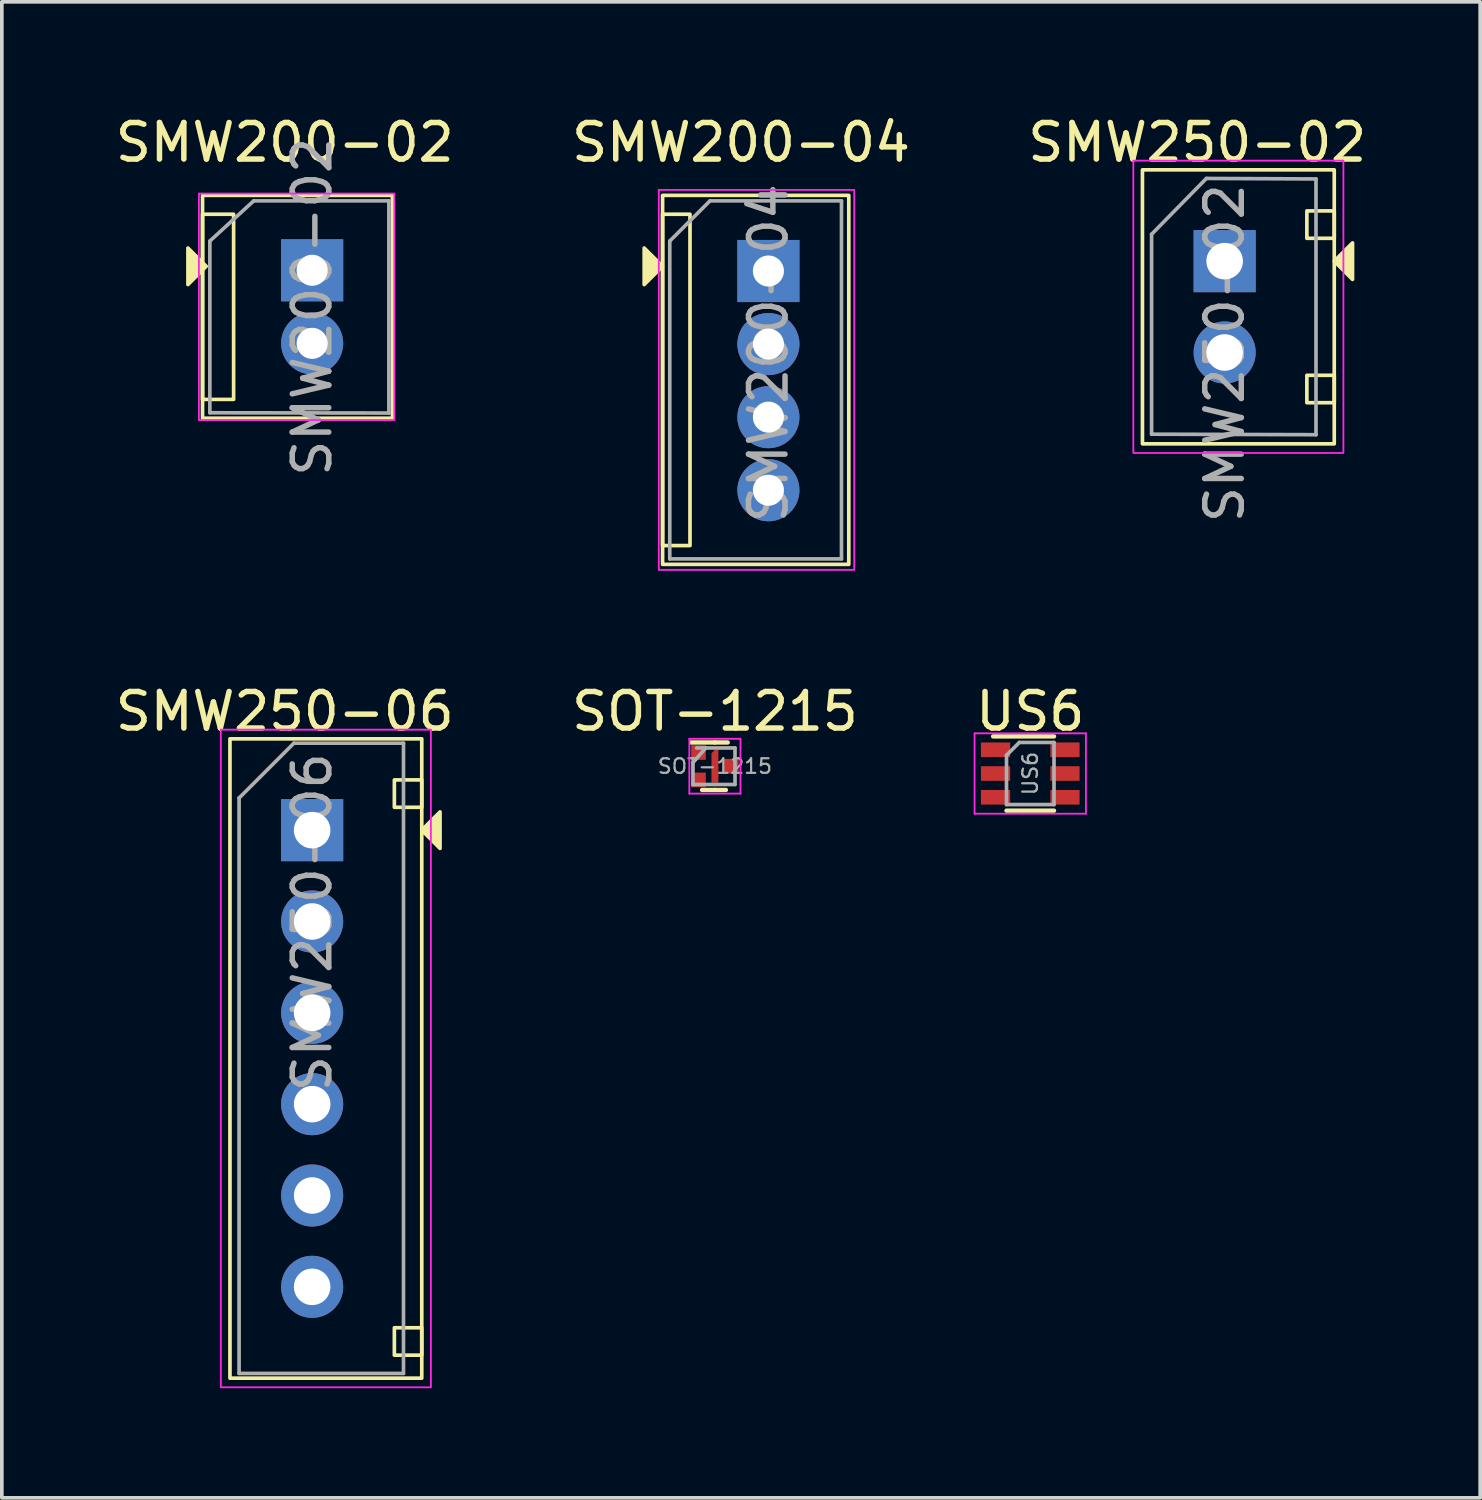
<source format=kicad_pcb>
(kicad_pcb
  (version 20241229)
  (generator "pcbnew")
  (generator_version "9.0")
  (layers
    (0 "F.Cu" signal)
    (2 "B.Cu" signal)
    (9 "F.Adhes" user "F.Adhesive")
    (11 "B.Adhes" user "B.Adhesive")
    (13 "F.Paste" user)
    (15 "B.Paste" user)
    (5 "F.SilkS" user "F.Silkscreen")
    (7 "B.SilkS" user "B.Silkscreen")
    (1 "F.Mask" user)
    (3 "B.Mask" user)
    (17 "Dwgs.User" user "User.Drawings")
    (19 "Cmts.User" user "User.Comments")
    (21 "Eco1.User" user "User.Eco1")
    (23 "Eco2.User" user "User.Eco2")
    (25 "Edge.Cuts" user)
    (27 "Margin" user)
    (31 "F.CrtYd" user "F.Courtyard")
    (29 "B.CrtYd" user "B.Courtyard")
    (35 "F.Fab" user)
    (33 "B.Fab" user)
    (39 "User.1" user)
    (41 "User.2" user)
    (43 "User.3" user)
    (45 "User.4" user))
  (footprint "SMW250-02"
    (layer "F.Cu")
    (at 30.47 5.348)
    (property "Reference" "SMW250-02" (at -0.75 -4.5 0) (layer "F.SilkS") (effects (font (size 1 1) (thickness 0.15))))
    (attr through_hole)
    (fp_rect (start -2.25 -3.75) (end 3 3.75) (stroke (width 0.1) (type default)) (fill no) (layer "F.SilkS"))
    (fp_rect (start 2.25 -2.625) (end 3 -1.875) (stroke (width 0.1) (type default)) (fill no) (layer "F.SilkS"))
    (fp_rect (start 2.25 1.875) (end 3 2.625) (stroke (width 0.1) (type default)) (fill no) (layer "F.SilkS"))
    (fp_poly (pts (xy 3 -1.25) (xy 3.5 -1.75) (xy 3.5 -0.75)) (stroke (width 0.1) (type solid)) (fill yes) (layer "F.SilkS"))
    (fp_rect (start -2.5 -4) (end 3.25 4) (stroke (width 0.05) (type default)) (fill no) (layer "F.CrtYd"))
    (fp_line (start -2 -1.986) (end -0.5 -3.514) (stroke (width 0.1) (type solid)) (layer "F.Fab"))
    (fp_line (start -2 3.486) (end -2 -1.986) (stroke (width 0.1) (type solid)) (layer "F.Fab"))
    (fp_line (start -0.5 -3.514) (end 2.5 -3.5) (stroke (width 0.1) (type solid)) (layer "F.Fab"))
    (fp_line (start 2.5 -3.5) (end 2.5 3.5) (stroke (width 0.1) (type solid)) (layer "F.Fab"))
    (fp_line (start 2.5 3.5) (end -2 3.486) (stroke (width 0.1) (type solid)) (layer "F.Fab"))
    (fp_text user "${REFERENCE}" (at 0 1.27 90) (layer "F.Fab") (effects (font (size 1 1) (thickness 0.15))))
    (pad "1" thru_hole rect (at 0 -1.25) (size 1.7 1.7) (drill 1) (layers "*.Cu" "*.Mask"))
    (pad "2" thru_hole oval (at 0 1.25) (size 1.7 1.7) (drill 1) (layers "*.Cu" "*.Mask")))
  (footprint "SOT-1215"
    (layer "F.Cu")
    (at 16.518 17.922)
    (property "Reference" "SOT-1215" (at 0 -1.5 0) (layer "F.SilkS") (effects (font (size 1 1) (thickness 0.15))))
    (attr smd)
    (fp_line (start 0 -0.65) (end -0.65 -0.65) (stroke (width 0.12) (type solid)) (layer "F.SilkS"))
    (fp_line (start 0 -0.65) (end 0.35 -0.65) (stroke (width 0.12) (type solid)) (layer "F.SilkS"))
    (fp_line (start 0 0.65) (end -0.35 0.65) (stroke (width 0.12) (type solid)) (layer "F.SilkS"))
    (fp_line (start 0 0.65) (end 0.3 0.65) (stroke (width 0.12) (type solid)) (layer "F.SilkS"))
    (fp_line (start -0.7 -0.75) (end -0.7 0.75) (stroke (width 0.05) (type solid)) (layer "F.CrtYd"))
    (fp_line (start -0.7 0.75) (end 0.7 0.75) (stroke (width 0.05) (type solid)) (layer "F.CrtYd"))
    (fp_line (start 0.7 -0.75) (end -0.7 -0.75) (stroke (width 0.05) (type solid)) (layer "F.CrtYd"))
    (fp_line (start 0.7 0.75) (end 0.7 -0.75) (stroke (width 0.05) (type solid)) (layer "F.CrtYd"))
    (fp_line (start -0.6 -0.1) (end -0.25 -0.5) (stroke (width 0.1) (type solid)) (layer "F.Fab"))
    (fp_line (start -0.6 0.5) (end -0.6 -0.1) (stroke (width 0.1) (type solid)) (layer "F.Fab"))
    (fp_line (start -0.5 -0.5) (end 0.55 -0.5) (stroke (width 0.1) (type solid)) (layer "F.Fab"))
    (fp_line (start 0.55 -0.5) (end 0.55 0.5) (stroke (width 0.1) (type solid)) (layer "F.Fab"))
    (fp_line (start 0.55 0.5) (end -0.6 0.5) (stroke (width 0.1) (type solid)) (layer "F.Fab"))
    (fp_text user "${REFERENCE}" (at 0 0 0) (layer "F.Fab") (effects (font (size 0.4 0.4) (thickness 0.06))))
    (pad "1" smd rect (at -0.45 -0.375) (size 0.4 0.4) (layers "F.Cu" "F.Mask" "F.Paste"))
    (pad "2" smd rect (at -0.45 0.375) (size 0.4 0.4) (layers "F.Cu" "F.Mask" "F.Paste"))
    (pad "3" smd rect (at 0.45 0) (size 0.4 0.4) (layers "F.Cu" "F.Mask" "F.Paste"))
    (pad "4" smd roundrect (at 0 0 270) (size 0.9 0.19) (layers "F.Cu" "F.Mask" "F.Paste") (roundrect_rratio 0) (chamfer_ratio 0.5) (chamfer bottom_left)))
  (footprint "SMW200-02"
    (layer "F.Cu")
    (at 5.494 5.348)
    (property "Reference" "SMW200-02" (at -0.75 -4.5 0) (layer "F.SilkS") (effects (font (size 1 1) (thickness 0.15))))
    (attr through_hole)
    (fp_rect (start -3 -3.05) (end 2.196 3.05) (stroke (width 0.1) (type default)) (fill no) (layer "F.SilkS"))
    (fp_rect (start -3 -2.534) (end -2.15 2.534) (stroke (width 0.1) (type default)) (fill no) (layer "F.SilkS"))
    (fp_poly (pts (xy -2.9 -1.109) (xy -3.4 -0.609) (xy -3.4 -1.609)) (stroke (width 0.1) (type solid)) (fill yes) (layer "F.SilkS"))
    (fp_rect (start -3.1 -3.1) (end 2.25 3.1) (stroke (width 0.05) (type default)) (fill no) (layer "F.CrtYd"))
    (fp_line (start -2.8 -1.8) (end -1.6 -2.9) (stroke (width 0.1) (type solid)) (layer "F.Fab"))
    (fp_line (start -2.8 2.9) (end -2.8 -1.8) (stroke (width 0.1) (type solid)) (layer "F.Fab"))
    (fp_line (start -1.6 -2.9) (end 2.1 -2.9) (stroke (width 0.1) (type solid)) (layer "F.Fab"))
    (fp_line (start 2.1 -2.9) (end 2.1 2.907) (stroke (width 0.1) (type solid)) (layer "F.Fab"))
    (fp_line (start 2.1 2.907) (end -2.8 2.9) (stroke (width 0.1) (type solid)) (layer "F.Fab"))
    (fp_text user "${REFERENCE}" (at 0 0 90) (layer "F.Fab") (effects (font (size 1 1) (thickness 0.15))))
    (pad "1" thru_hole rect (at 0 -1) (size 1.7 1.7) (drill 0.85) (layers "*.Cu" "*.Mask"))
    (pad "2" thru_hole oval (at 0 1) (size 1.7 1.7) (drill 0.85) (layers "*.Cu" "*.Mask")))
  (footprint "SMW200-04"
    (layer "F.Cu")
    (at 17.982 7.368)
    (property "Reference" "SMW200-04" (at -0.75 -6.52 0) (layer "F.SilkS") (effects (font (size 1 1) (thickness 0.15))))
    (attr through_hole)
    (fp_rect (start -2.896 -5.07) (end 2.2 5.03) (stroke (width 0.1) (type default)) (fill no) (layer "F.SilkS"))
    (fp_rect (start -2.896 -4.554) (end -2.146 4.514) (stroke (width 0.1) (type default)) (fill no) (layer "F.SilkS"))
    (fp_poly (pts (xy -2.9 -3.129) (xy -3.4 -2.629) (xy -3.4 -3.629)) (stroke (width 0.1) (type solid)) (fill yes) (layer "F.SilkS"))
    (fp_rect (start -3 -5.22) (end 2.35 5.18) (stroke (width 0.05) (type default)) (fill no) (layer "F.CrtYd"))
    (fp_line (start -2.7 -3.82) (end -1.6 -4.92) (stroke (width 0.1) (type solid)) (layer "F.Fab"))
    (fp_line (start -2.7 4.88) (end -2.7 -3.82) (stroke (width 0.1) (type solid)) (layer "F.Fab"))
    (fp_line (start -1.6 -4.92) (end 2 -4.92) (stroke (width 0.1) (type solid)) (layer "F.Fab"))
    (fp_line (start 2 -4.92) (end 2 4.88) (stroke (width 0.1) (type solid)) (layer "F.Fab"))
    (fp_line (start 2 4.88) (end -2.7 4.88) (stroke (width 0.1) (type solid)) (layer "F.Fab"))
    (fp_text user "${REFERENCE}" (at 0 -0.75 90) (layer "F.Fab") (effects (font (size 1 1) (thickness 0.15))))
    (pad "1" thru_hole rect (at 0 -3) (size 1.7 1.7) (drill 0.85) (layers "*.Cu" "*.Mask"))
    (pad "2" thru_hole oval (at 0 -1) (size 1.7 1.7) (drill 0.85) (layers "*.Cu" "*.Mask"))
    (pad "3" thru_hole oval (at 0 1) (size 1.7 1.7) (drill 0.85) (layers "*.Cu" "*.Mask"))
    (pad "4" thru_hole oval (at 0 3) (size 1.7 1.7) (drill 0.85) (layers "*.Cu" "*.Mask")))
  (footprint "US6"
    (layer "F.Cu")
    (at 25.149 18.122)
    (property "Reference" "US6" (at 0 -1.7 0) (layer "F.SilkS") (effects (font (size 1 1) (thickness 0.15))))
    (attr smd)
    (fp_line (start -1.016 -1.016) (end 0.65 -1.016) (stroke (width 0.12) (type solid)) (layer "F.SilkS"))
    (fp_line (start 0.65 1.016) (end -0.65 1.016) (stroke (width 0.12) (type solid)) (layer "F.SilkS"))
    (fp_line (start -1.524 -1.1) (end -1.524 1.1) (stroke (width 0.05) (type solid)) (layer "F.CrtYd"))
    (fp_line (start -1.524 -1.1) (end 1.524 -1.1) (stroke (width 0.05) (type solid)) (layer "F.CrtYd"))
    (fp_line (start 1.524 1.1) (end -1.524 1.1) (stroke (width 0.05) (type solid)) (layer "F.CrtYd"))
    (fp_line (start 1.524 1.1) (end 1.524 -1.1) (stroke (width 0.05) (type solid)) (layer "F.CrtYd"))
    (fp_line (start -0.65 -0.5) (end -0.65 0.85) (stroke (width 0.1) (type solid)) (layer "F.Fab"))
    (fp_line (start -0.65 -0.5) (end -0.3 -0.85) (stroke (width 0.1) (type solid)) (layer "F.Fab"))
    (fp_line (start -0.65 0.85) (end 0.65 0.85) (stroke (width 0.1) (type solid)) (layer "F.Fab"))
    (fp_line (start 0.65 -0.85) (end -0.3 -0.85) (stroke (width 0.1) (type solid)) (layer "F.Fab"))
    (fp_line (start 0.65 0.85) (end 0.65 -0.85) (stroke (width 0.1) (type solid)) (layer "F.Fab"))
    (fp_text user "${REFERENCE}" (at 0 0 90) (layer "F.Fab") (effects (font (size 0.4 0.4) (thickness 0.062))))
    (pad "1" smd rect (at -0.95 -0.65) (size 0.8 0.4) (layers "F.Cu" "F.Mask" "F.Paste"))
    (pad "2" smd rect (at -0.95 0) (size 0.8 0.4) (layers "F.Cu" "F.Mask" "F.Paste"))
    (pad "3" smd rect (at -0.95 0.65) (size 0.8 0.4) (layers "F.Cu" "F.Mask" "F.Paste"))
    (pad "4" smd rect (at 0.95 0.65) (size 0.8 0.4) (layers "F.Cu" "F.Mask" "F.Paste"))
    (pad "5" smd rect (at 0.95 0) (size 0.8 0.4) (layers "F.Cu" "F.Mask" "F.Paste"))
    (pad "6" smd rect (at 0.95 -0.65) (size 0.8 0.4) (layers "F.Cu" "F.Mask" "F.Paste")))
  (footprint "SMW250-06"
    (layer "F.Cu")
    (at 5.494 25.922)
    (property "Reference" "SMW250-06" (at -0.75 -9.5 0) (layer "F.SilkS") (effects (font (size 1 1) (thickness 0.15))))
    (attr through_hole)
    (fp_rect (start -2.25 -8.75) (end 3 8.75) (stroke (width 0.1) (type default)) (fill no) (layer "F.SilkS"))
    (fp_rect (start 2.25 -7.625) (end 3 -6.875) (stroke (width 0.1) (type default)) (fill no) (layer "F.SilkS"))
    (fp_rect (start 2.25 7.37) (end 3 8.12) (stroke (width 0.1) (type default)) (fill no) (layer "F.SilkS"))
    (fp_poly (pts (xy 3 -6.25) (xy 3.5 -6.75) (xy 3.5 -5.75)) (stroke (width 0.1) (type solid)) (fill yes) (layer "F.SilkS"))
    (fp_rect (start -2.5 -9) (end 3.25 9) (stroke (width 0.05) (type default)) (fill no) (layer "F.CrtYd"))
    (fp_line (start -2 -7.13) (end -0.5 -8.63) (stroke (width 0.1) (type solid)) (layer "F.Fab"))
    (fp_line (start -2 8.62) (end -2 -7.13) (stroke (width 0.1) (type solid)) (layer "F.Fab"))
    (fp_line (start -0.5 -8.63) (end 2.5 -8.63) (stroke (width 0.1) (type solid)) (layer "F.Fab"))
    (fp_line (start 2.5 -8.63) (end 2.5 8.62) (stroke (width 0.1) (type solid)) (layer "F.Fab"))
    (fp_line (start 2.5 8.62) (end -2 8.62) (stroke (width 0.1) (type solid)) (layer "F.Fab"))
    (fp_text user "${REFERENCE}" (at 0 -3.73 90) (layer "F.Fab") (effects (font (size 1 1) (thickness 0.15))))
    (pad "1" thru_hole rect (at 0 -6.25) (size 1.7 1.7) (drill 1) (layers "*.Cu" "*.Mask"))
    (pad "2" thru_hole oval (at 0 -3.75) (size 1.7 1.7) (drill 1) (layers "*.Cu" "*.Mask"))
    (pad "3" thru_hole oval (at 0 -1.25) (size 1.7 1.7) (drill 1) (layers "*.Cu" "*.Mask"))
    (pad "4" thru_hole oval (at 0 1.25) (size 1.7 1.7) (drill 1) (layers "*.Cu" "*.Mask"))
    (pad "5" thru_hole oval (at 0 3.75) (size 1.7 1.7) (drill 1) (layers "*.Cu" "*.Mask"))
    (pad "6" thru_hole oval (at 0 6.25) (size 1.7 1.7) (drill 1) (layers "*.Cu" "*.Mask")))
  (gr_rect
    (start -3 -3)
    (end 37.464 37.947)
    (stroke (width 0.1) (type default))
    (fill no)
    (layer "Edge.Cuts")))
</source>
